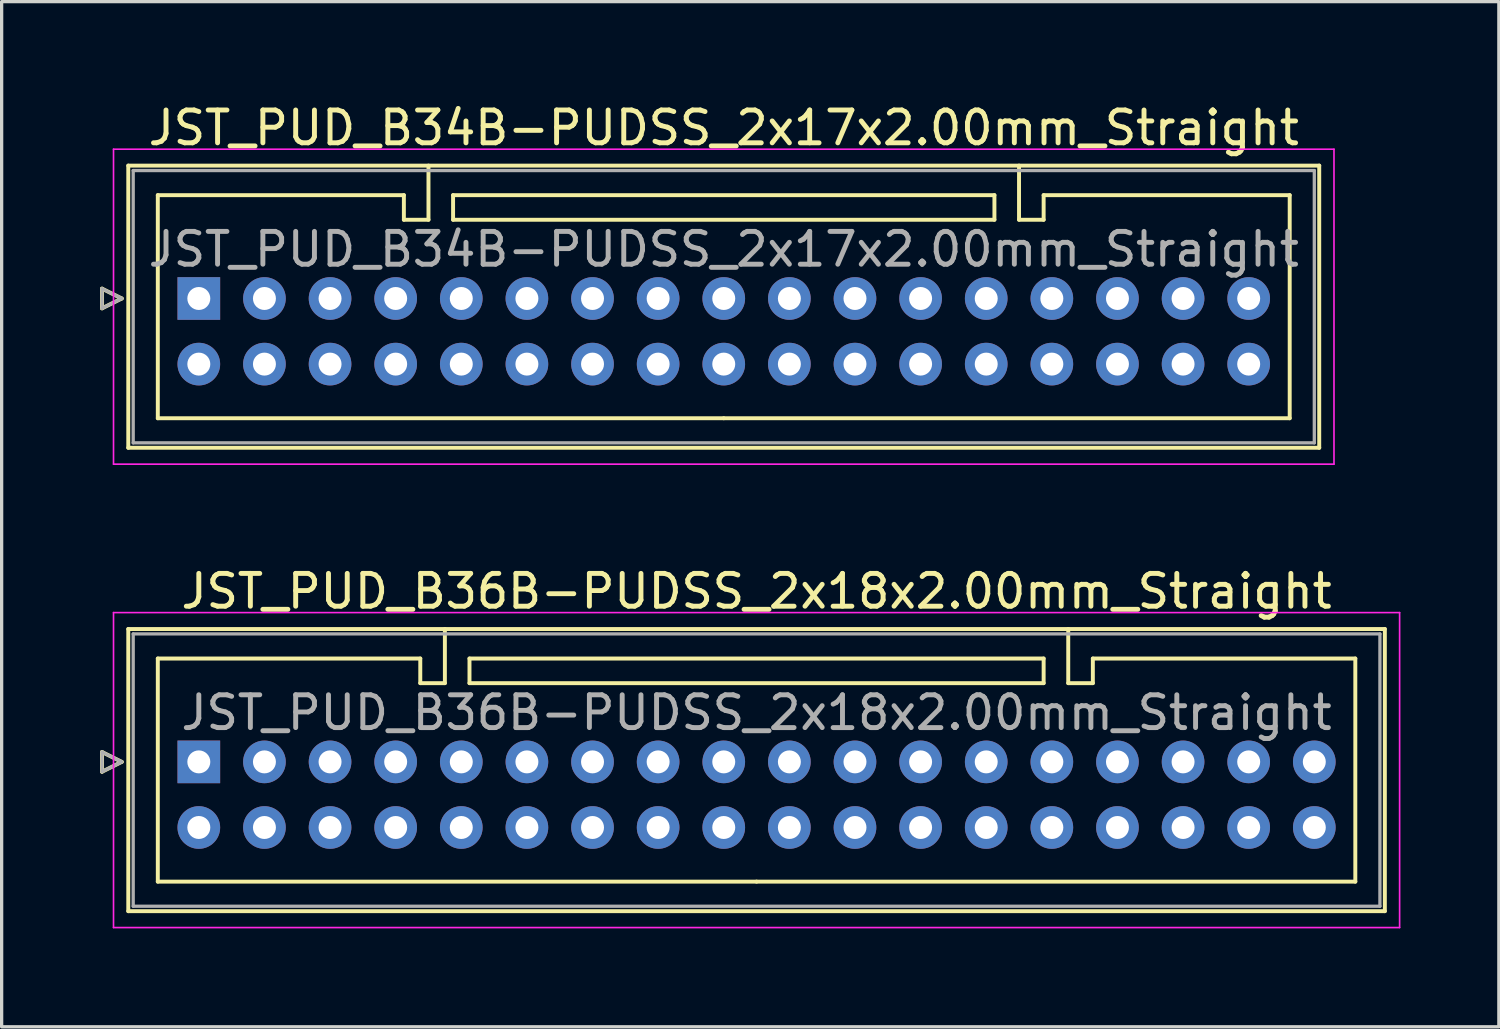
<source format=kicad_pcb>
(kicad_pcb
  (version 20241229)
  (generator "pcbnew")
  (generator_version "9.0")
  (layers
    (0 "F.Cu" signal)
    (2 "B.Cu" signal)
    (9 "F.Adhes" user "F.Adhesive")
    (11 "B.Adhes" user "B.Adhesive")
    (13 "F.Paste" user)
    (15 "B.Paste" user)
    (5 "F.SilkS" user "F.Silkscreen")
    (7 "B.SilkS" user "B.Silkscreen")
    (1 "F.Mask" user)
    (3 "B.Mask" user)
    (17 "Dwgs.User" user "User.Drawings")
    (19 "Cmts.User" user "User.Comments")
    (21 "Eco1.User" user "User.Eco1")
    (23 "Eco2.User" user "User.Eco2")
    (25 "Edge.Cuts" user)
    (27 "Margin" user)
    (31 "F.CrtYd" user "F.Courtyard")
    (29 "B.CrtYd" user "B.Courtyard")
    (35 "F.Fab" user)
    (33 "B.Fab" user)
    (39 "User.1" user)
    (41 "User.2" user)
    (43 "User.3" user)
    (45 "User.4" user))
  (footprint "JST_PUD_B36B-PUDSS_2x18x2.00mm_Straight"
    (layer "F.Cu")
    (at 3.01 20.172)
    (property "Reference" "JST_PUD_B36B-PUDSS_2x18x2.00mm_Straight" (at 17 -5.2 0) (layer "F.SilkS") (effects (font (size 1 1) (thickness 0.15))))
    (attr through_hole)
    (fp_line (start -2.95 -0.3) (end -2.35 0) (stroke (width 0.12) (type solid)) (layer "F.SilkS"))
    (fp_line (start -2.95 0.3) (end -2.95 -0.3) (stroke (width 0.12) (type solid)) (layer "F.SilkS"))
    (fp_line (start -2.35 0) (end -2.95 0.3) (stroke (width 0.12) (type solid)) (layer "F.SilkS"))
    (fp_line (start -2.15 -4.05) (end -2.15 4.55) (stroke (width 0.12) (type solid)) (layer "F.SilkS"))
    (fp_line (start -2.15 4.55) (end 36.15 4.55) (stroke (width 0.12) (type solid)) (layer "F.SilkS"))
    (fp_line (start -1.25 -3.15) (end -1.25 3.65) (stroke (width 0.12) (type solid)) (layer "F.SilkS"))
    (fp_line (start -1.25 3.65) (end 17 3.65) (stroke (width 0.12) (type solid)) (layer "F.SilkS"))
    (fp_line (start 6.75 -3.15) (end -1.25 -3.15) (stroke (width 0.12) (type solid)) (layer "F.SilkS"))
    (fp_line (start 6.75 -2.4) (end 6.75 -3.15) (stroke (width 0.12) (type solid)) (layer "F.SilkS"))
    (fp_line (start 7.5 -4.05) (end 7.5 -2.4) (stroke (width 0.12) (type solid)) (layer "F.SilkS"))
    (fp_line (start 7.5 -2.4) (end 6.75 -2.4) (stroke (width 0.12) (type solid)) (layer "F.SilkS"))
    (fp_line (start 8.25 -3.15) (end 8.25 -2.4) (stroke (width 0.12) (type solid)) (layer "F.SilkS"))
    (fp_line (start 8.25 -2.4) (end 25.75 -2.4) (stroke (width 0.12) (type solid)) (layer "F.SilkS"))
    (fp_line (start 25.75 -3.15) (end 8.25 -3.15) (stroke (width 0.12) (type solid)) (layer "F.SilkS"))
    (fp_line (start 25.75 -2.4) (end 25.75 -3.15) (stroke (width 0.12) (type solid)) (layer "F.SilkS"))
    (fp_line (start 26.5 -4.05) (end 26.5 -2.4) (stroke (width 0.12) (type solid)) (layer "F.SilkS"))
    (fp_line (start 26.5 -2.4) (end 27.25 -2.4) (stroke (width 0.12) (type solid)) (layer "F.SilkS"))
    (fp_line (start 27.25 -3.15) (end 35.25 -3.15) (stroke (width 0.12) (type solid)) (layer "F.SilkS"))
    (fp_line (start 27.25 -2.4) (end 27.25 -3.15) (stroke (width 0.12) (type solid)) (layer "F.SilkS"))
    (fp_line (start 35.25 -3.15) (end 35.25 3.65) (stroke (width 0.12) (type solid)) (layer "F.SilkS"))
    (fp_line (start 35.25 3.65) (end 17 3.65) (stroke (width 0.12) (type solid)) (layer "F.SilkS"))
    (fp_line (start 36.15 -4.05) (end -2.15 -4.05) (stroke (width 0.12) (type solid)) (layer "F.SilkS"))
    (fp_line (start 36.15 4.55) (end 36.15 -4.05) (stroke (width 0.12) (type solid)) (layer "F.SilkS"))
    (fp_line (start -2.6 -4.55) (end -2.6 5.05) (stroke (width 0.05) (type solid)) (layer "F.CrtYd"))
    (fp_line (start -2.6 5.05) (end 36.6 5.05) (stroke (width 0.05) (type solid)) (layer "F.CrtYd"))
    (fp_line (start 36.6 -4.55) (end -2.6 -4.55) (stroke (width 0.05) (type solid)) (layer "F.CrtYd"))
    (fp_line (start 36.6 5.05) (end 36.6 -4.55) (stroke (width 0.05) (type solid)) (layer "F.CrtYd"))
    (fp_line (start -2.95 -0.3) (end -2.35 0) (stroke (width 0.1) (type solid)) (layer "F.Fab"))
    (fp_line (start -2.95 0.3) (end -2.95 -0.3) (stroke (width 0.1) (type solid)) (layer "F.Fab"))
    (fp_line (start -2.35 0) (end -2.95 0.3) (stroke (width 0.1) (type solid)) (layer "F.Fab"))
    (fp_line (start -2 -3.9) (end -2 4.4) (stroke (width 0.1) (type solid)) (layer "F.Fab"))
    (fp_line (start -2 4.4) (end 36 4.4) (stroke (width 0.1) (type solid)) (layer "F.Fab"))
    (fp_line (start 36 -3.9) (end -2 -3.9) (stroke (width 0.1) (type solid)) (layer "F.Fab"))
    (fp_line (start 36 4.4) (end 36 -3.9) (stroke (width 0.1) (type solid)) (layer "F.Fab"))
    (fp_text user "${REFERENCE}" (at 17 -1.5 0) (layer "F.Fab") (effects (font (size 1 1) (thickness 0.15))))
    (pad "1" thru_hole rect (at 0 0) (size 1.3 1.3) (drill 0.7) (layers "*.Cu" "*.Mask"))
    (pad "2" thru_hole circle (at 0 2) (size 1.3 1.3) (drill 0.7) (layers "*.Cu" "*.Mask"))
    (pad "3" thru_hole circle (at 2 0) (size 1.3 1.3) (drill 0.7) (layers "*.Cu" "*.Mask"))
    (pad "4" thru_hole circle (at 2 2) (size 1.3 1.3) (drill 0.7) (layers "*.Cu" "*.Mask"))
    (pad "5" thru_hole circle (at 4 0) (size 1.3 1.3) (drill 0.7) (layers "*.Cu" "*.Mask"))
    (pad "6" thru_hole circle (at 4 2) (size 1.3 1.3) (drill 0.7) (layers "*.Cu" "*.Mask"))
    (pad "7" thru_hole circle (at 6 0) (size 1.3 1.3) (drill 0.7) (layers "*.Cu" "*.Mask"))
    (pad "8" thru_hole circle (at 6 2) (size 1.3 1.3) (drill 0.7) (layers "*.Cu" "*.Mask"))
    (pad "9" thru_hole circle (at 8 0) (size 1.3 1.3) (drill 0.7) (layers "*.Cu" "*.Mask"))
    (pad "10" thru_hole circle (at 8 2) (size 1.3 1.3) (drill 0.7) (layers "*.Cu" "*.Mask"))
    (pad "11" thru_hole circle (at 10 0) (size 1.3 1.3) (drill 0.7) (layers "*.Cu" "*.Mask"))
    (pad "12" thru_hole circle (at 10 2) (size 1.3 1.3) (drill 0.7) (layers "*.Cu" "*.Mask"))
    (pad "13" thru_hole circle (at 12 0) (size 1.3 1.3) (drill 0.7) (layers "*.Cu" "*.Mask"))
    (pad "14" thru_hole circle (at 12 2) (size 1.3 1.3) (drill 0.7) (layers "*.Cu" "*.Mask"))
    (pad "15" thru_hole circle (at 14 0) (size 1.3 1.3) (drill 0.7) (layers "*.Cu" "*.Mask"))
    (pad "16" thru_hole circle (at 14 2) (size 1.3 1.3) (drill 0.7) (layers "*.Cu" "*.Mask"))
    (pad "17" thru_hole circle (at 16 0) (size 1.3 1.3) (drill 0.7) (layers "*.Cu" "*.Mask"))
    (pad "18" thru_hole circle (at 16 2) (size 1.3 1.3) (drill 0.7) (layers "*.Cu" "*.Mask"))
    (pad "19" thru_hole circle (at 18 0) (size 1.3 1.3) (drill 0.7) (layers "*.Cu" "*.Mask"))
    (pad "20" thru_hole circle (at 18 2) (size 1.3 1.3) (drill 0.7) (layers "*.Cu" "*.Mask"))
    (pad "21" thru_hole circle (at 20 0) (size 1.3 1.3) (drill 0.7) (layers "*.Cu" "*.Mask"))
    (pad "22" thru_hole circle (at 20 2) (size 1.3 1.3) (drill 0.7) (layers "*.Cu" "*.Mask"))
    (pad "23" thru_hole circle (at 22 0) (size 1.3 1.3) (drill 0.7) (layers "*.Cu" "*.Mask"))
    (pad "24" thru_hole circle (at 22 2) (size 1.3 1.3) (drill 0.7) (layers "*.Cu" "*.Mask"))
    (pad "25" thru_hole circle (at 24 0) (size 1.3 1.3) (drill 0.7) (layers "*.Cu" "*.Mask"))
    (pad "26" thru_hole circle (at 24 2) (size 1.3 1.3) (drill 0.7) (layers "*.Cu" "*.Mask"))
    (pad "27" thru_hole circle (at 26 0) (size 1.3 1.3) (drill 0.7) (layers "*.Cu" "*.Mask"))
    (pad "28" thru_hole circle (at 26 2) (size 1.3 1.3) (drill 0.7) (layers "*.Cu" "*.Mask"))
    (pad "29" thru_hole circle (at 28 0) (size 1.3 1.3) (drill 0.7) (layers "*.Cu" "*.Mask"))
    (pad "30" thru_hole circle (at 28 2) (size 1.3 1.3) (drill 0.7) (layers "*.Cu" "*.Mask"))
    (pad "31" thru_hole circle (at 30 0) (size 1.3 1.3) (drill 0.7) (layers "*.Cu" "*.Mask"))
    (pad "32" thru_hole circle (at 30 2) (size 1.3 1.3) (drill 0.7) (layers "*.Cu" "*.Mask"))
    (pad "33" thru_hole circle (at 32 0) (size 1.3 1.3) (drill 0.7) (layers "*.Cu" "*.Mask"))
    (pad "34" thru_hole circle (at 32 2) (size 1.3 1.3) (drill 0.7) (layers "*.Cu" "*.Mask"))
    (pad "35" thru_hole circle (at 34 0) (size 1.3 1.3) (drill 0.7) (layers "*.Cu" "*.Mask"))
    (pad "36" thru_hole circle (at 34 2) (size 1.3 1.3) (drill 0.7) (layers "*.Cu" "*.Mask")))
  (footprint "JST_PUD_B34B-PUDSS_2x17x2.00mm_Straight"
    (layer "F.Cu")
    (at 3.01 6.048)
    (property "Reference" "JST_PUD_B34B-PUDSS_2x17x2.00mm_Straight" (at 16 -5.2 0) (layer "F.SilkS") (effects (font (size 1 1) (thickness 0.15))))
    (attr through_hole)
    (fp_line (start -2.95 -0.3) (end -2.35 0) (stroke (width 0.12) (type solid)) (layer "F.SilkS"))
    (fp_line (start -2.95 0.3) (end -2.95 -0.3) (stroke (width 0.12) (type solid)) (layer "F.SilkS"))
    (fp_line (start -2.35 0) (end -2.95 0.3) (stroke (width 0.12) (type solid)) (layer "F.SilkS"))
    (fp_line (start -2.15 -4.05) (end -2.15 4.55) (stroke (width 0.12) (type solid)) (layer "F.SilkS"))
    (fp_line (start -2.15 4.55) (end 34.15 4.55) (stroke (width 0.12) (type solid)) (layer "F.SilkS"))
    (fp_line (start -1.25 -3.15) (end -1.25 3.65) (stroke (width 0.12) (type solid)) (layer "F.SilkS"))
    (fp_line (start -1.25 3.65) (end 16 3.65) (stroke (width 0.12) (type solid)) (layer "F.SilkS"))
    (fp_line (start 6.25 -3.15) (end -1.25 -3.15) (stroke (width 0.12) (type solid)) (layer "F.SilkS"))
    (fp_line (start 6.25 -2.4) (end 6.25 -3.15) (stroke (width 0.12) (type solid)) (layer "F.SilkS"))
    (fp_line (start 7 -4.05) (end 7 -2.4) (stroke (width 0.12) (type solid)) (layer "F.SilkS"))
    (fp_line (start 7 -2.4) (end 6.25 -2.4) (stroke (width 0.12) (type solid)) (layer "F.SilkS"))
    (fp_line (start 7.75 -3.15) (end 7.75 -2.4) (stroke (width 0.12) (type solid)) (layer "F.SilkS"))
    (fp_line (start 7.75 -2.4) (end 24.25 -2.4) (stroke (width 0.12) (type solid)) (layer "F.SilkS"))
    (fp_line (start 24.25 -3.15) (end 7.75 -3.15) (stroke (width 0.12) (type solid)) (layer "F.SilkS"))
    (fp_line (start 24.25 -2.4) (end 24.25 -3.15) (stroke (width 0.12) (type solid)) (layer "F.SilkS"))
    (fp_line (start 25 -4.05) (end 25 -2.4) (stroke (width 0.12) (type solid)) (layer "F.SilkS"))
    (fp_line (start 25 -2.4) (end 25.75 -2.4) (stroke (width 0.12) (type solid)) (layer "F.SilkS"))
    (fp_line (start 25.75 -3.15) (end 33.25 -3.15) (stroke (width 0.12) (type solid)) (layer "F.SilkS"))
    (fp_line (start 25.75 -2.4) (end 25.75 -3.15) (stroke (width 0.12) (type solid)) (layer "F.SilkS"))
    (fp_line (start 33.25 -3.15) (end 33.25 3.65) (stroke (width 0.12) (type solid)) (layer "F.SilkS"))
    (fp_line (start 33.25 3.65) (end 16 3.65) (stroke (width 0.12) (type solid)) (layer "F.SilkS"))
    (fp_line (start 34.15 -4.05) (end -2.15 -4.05) (stroke (width 0.12) (type solid)) (layer "F.SilkS"))
    (fp_line (start 34.15 4.55) (end 34.15 -4.05) (stroke (width 0.12) (type solid)) (layer "F.SilkS"))
    (fp_line (start -2.6 -4.55) (end -2.6 5.05) (stroke (width 0.05) (type solid)) (layer "F.CrtYd"))
    (fp_line (start -2.6 5.05) (end 34.6 5.05) (stroke (width 0.05) (type solid)) (layer "F.CrtYd"))
    (fp_line (start 34.6 -4.55) (end -2.6 -4.55) (stroke (width 0.05) (type solid)) (layer "F.CrtYd"))
    (fp_line (start 34.6 5.05) (end 34.6 -4.55) (stroke (width 0.05) (type solid)) (layer "F.CrtYd"))
    (fp_line (start -2.95 -0.3) (end -2.35 0) (stroke (width 0.1) (type solid)) (layer "F.Fab"))
    (fp_line (start -2.95 0.3) (end -2.95 -0.3) (stroke (width 0.1) (type solid)) (layer "F.Fab"))
    (fp_line (start -2.35 0) (end -2.95 0.3) (stroke (width 0.1) (type solid)) (layer "F.Fab"))
    (fp_line (start -2 -3.9) (end -2 4.4) (stroke (width 0.1) (type solid)) (layer "F.Fab"))
    (fp_line (start -2 4.4) (end 34 4.4) (stroke (width 0.1) (type solid)) (layer "F.Fab"))
    (fp_line (start 34 -3.9) (end -2 -3.9) (stroke (width 0.1) (type solid)) (layer "F.Fab"))
    (fp_line (start 34 4.4) (end 34 -3.9) (stroke (width 0.1) (type solid)) (layer "F.Fab"))
    (fp_text user "${REFERENCE}" (at 16 -1.5 0) (layer "F.Fab") (effects (font (size 1 1) (thickness 0.15))))
    (pad "1" thru_hole rect (at 0 0) (size 1.3 1.3) (drill 0.7) (layers "*.Cu" "*.Mask"))
    (pad "2" thru_hole circle (at 0 2) (size 1.3 1.3) (drill 0.7) (layers "*.Cu" "*.Mask"))
    (pad "3" thru_hole circle (at 2 0) (size 1.3 1.3) (drill 0.7) (layers "*.Cu" "*.Mask"))
    (pad "4" thru_hole circle (at 2 2) (size 1.3 1.3) (drill 0.7) (layers "*.Cu" "*.Mask"))
    (pad "5" thru_hole circle (at 4 0) (size 1.3 1.3) (drill 0.7) (layers "*.Cu" "*.Mask"))
    (pad "6" thru_hole circle (at 4 2) (size 1.3 1.3) (drill 0.7) (layers "*.Cu" "*.Mask"))
    (pad "7" thru_hole circle (at 6 0) (size 1.3 1.3) (drill 0.7) (layers "*.Cu" "*.Mask"))
    (pad "8" thru_hole circle (at 6 2) (size 1.3 1.3) (drill 0.7) (layers "*.Cu" "*.Mask"))
    (pad "9" thru_hole circle (at 8 0) (size 1.3 1.3) (drill 0.7) (layers "*.Cu" "*.Mask"))
    (pad "10" thru_hole circle (at 8 2) (size 1.3 1.3) (drill 0.7) (layers "*.Cu" "*.Mask"))
    (pad "11" thru_hole circle (at 10 0) (size 1.3 1.3) (drill 0.7) (layers "*.Cu" "*.Mask"))
    (pad "12" thru_hole circle (at 10 2) (size 1.3 1.3) (drill 0.7) (layers "*.Cu" "*.Mask"))
    (pad "13" thru_hole circle (at 12 0) (size 1.3 1.3) (drill 0.7) (layers "*.Cu" "*.Mask"))
    (pad "14" thru_hole circle (at 12 2) (size 1.3 1.3) (drill 0.7) (layers "*.Cu" "*.Mask"))
    (pad "15" thru_hole circle (at 14 0) (size 1.3 1.3) (drill 0.7) (layers "*.Cu" "*.Mask"))
    (pad "16" thru_hole circle (at 14 2) (size 1.3 1.3) (drill 0.7) (layers "*.Cu" "*.Mask"))
    (pad "17" thru_hole circle (at 16 0) (size 1.3 1.3) (drill 0.7) (layers "*.Cu" "*.Mask"))
    (pad "18" thru_hole circle (at 16 2) (size 1.3 1.3) (drill 0.7) (layers "*.Cu" "*.Mask"))
    (pad "19" thru_hole circle (at 18 0) (size 1.3 1.3) (drill 0.7) (layers "*.Cu" "*.Mask"))
    (pad "20" thru_hole circle (at 18 2) (size 1.3 1.3) (drill 0.7) (layers "*.Cu" "*.Mask"))
    (pad "21" thru_hole circle (at 20 0) (size 1.3 1.3) (drill 0.7) (layers "*.Cu" "*.Mask"))
    (pad "22" thru_hole circle (at 20 2) (size 1.3 1.3) (drill 0.7) (layers "*.Cu" "*.Mask"))
    (pad "23" thru_hole circle (at 22 0) (size 1.3 1.3) (drill 0.7) (layers "*.Cu" "*.Mask"))
    (pad "24" thru_hole circle (at 22 2) (size 1.3 1.3) (drill 0.7) (layers "*.Cu" "*.Mask"))
    (pad "25" thru_hole circle (at 24 0) (size 1.3 1.3) (drill 0.7) (layers "*.Cu" "*.Mask"))
    (pad "26" thru_hole circle (at 24 2) (size 1.3 1.3) (drill 0.7) (layers "*.Cu" "*.Mask"))
    (pad "27" thru_hole circle (at 26 0) (size 1.3 1.3) (drill 0.7) (layers "*.Cu" "*.Mask"))
    (pad "28" thru_hole circle (at 26 2) (size 1.3 1.3) (drill 0.7) (layers "*.Cu" "*.Mask"))
    (pad "29" thru_hole circle (at 28 0) (size 1.3 1.3) (drill 0.7) (layers "*.Cu" "*.Mask"))
    (pad "30" thru_hole circle (at 28 2) (size 1.3 1.3) (drill 0.7) (layers "*.Cu" "*.Mask"))
    (pad "31" thru_hole circle (at 30 0) (size 1.3 1.3) (drill 0.7) (layers "*.Cu" "*.Mask"))
    (pad "32" thru_hole circle (at 30 2) (size 1.3 1.3) (drill 0.7) (layers "*.Cu" "*.Mask"))
    (pad "33" thru_hole circle (at 32 0) (size 1.3 1.3) (drill 0.7) (layers "*.Cu" "*.Mask"))
    (pad "34" thru_hole circle (at 32 2) (size 1.3 1.3) (drill 0.7) (layers "*.Cu" "*.Mask")))
  (gr_rect
    (start -3 -3)
    (end 42.635 28.247)
    (stroke (width 0.1) (type default))
    (fill no)
    (layer "Edge.Cuts")))
</source>
